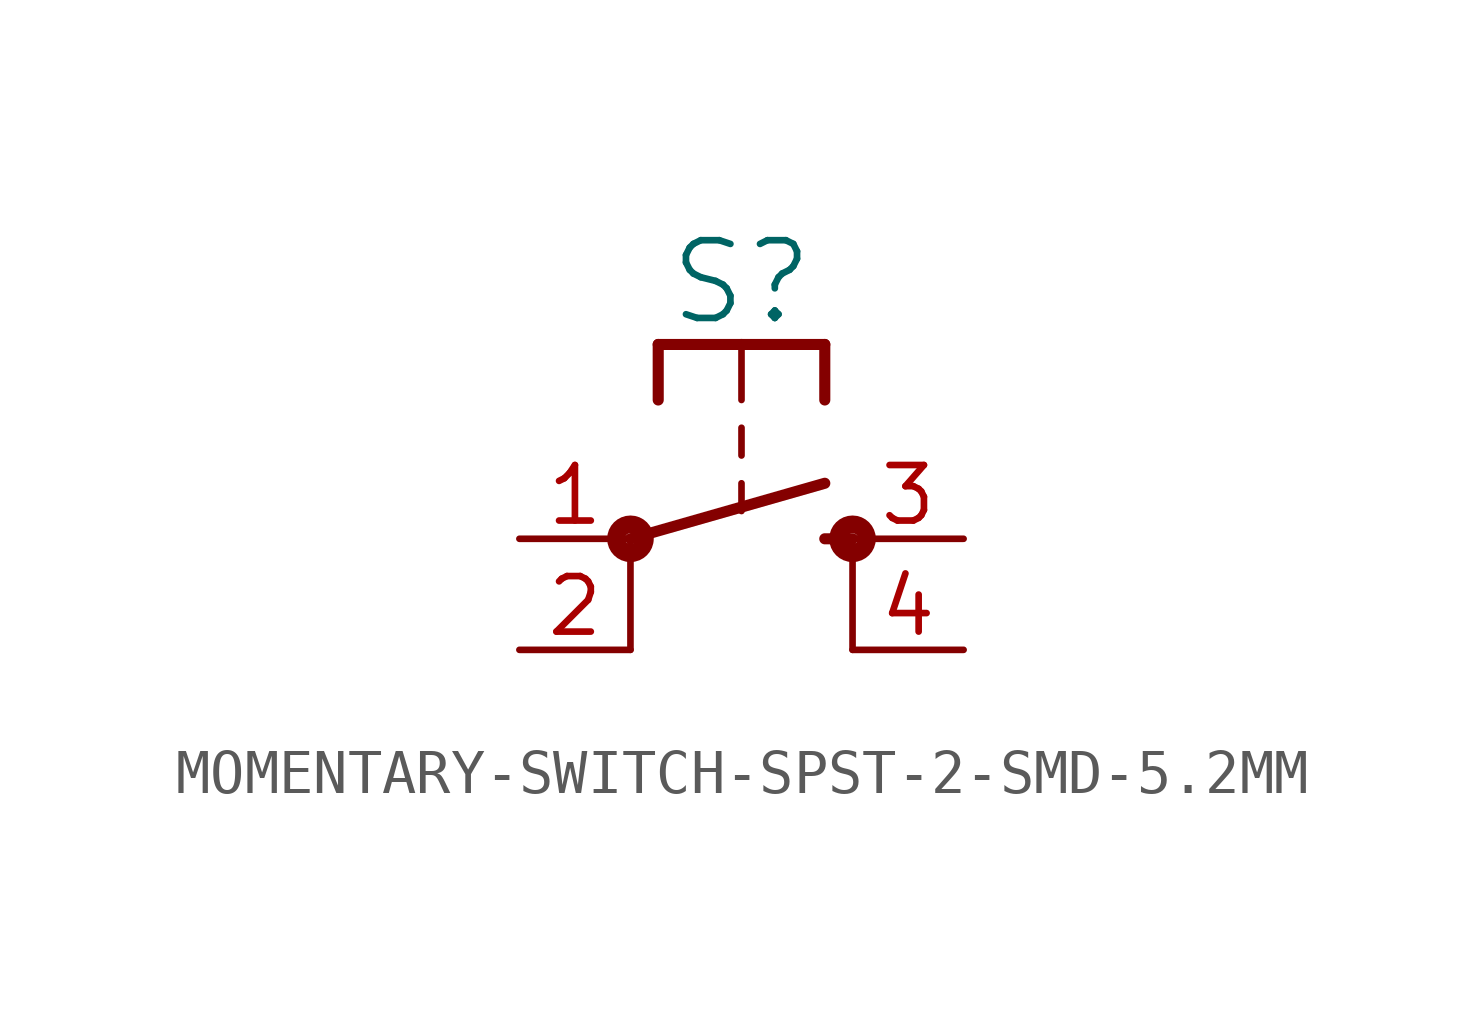
<source format=kicad_sym>
(kicad_symbol_lib
  (version 20231120)
  (generator "kicad_symbol_editor")
  (generator_version "8.0")
  (symbol "MOMENTARY-SWITCH-SPST-2-SMD-5.2MM"
    (property "Reference" "S"
      (at 0 4.826 0)
      (effects (font (size 1.778 1.778)) (justify bottom)))
    (property "Value" ""
      (at 0 -2.794 0)
      (effects (font (size 1.778 1.778)) (justify top)))
    (property "ki_locked" ""
      (at 0 0 0)
      (effects (font (size 1.27 1.27))))
    (symbol "MOMENTARY-SWITCH-SPST-2-SMD-5.2MM_1_0"
      (circle (center -2.54 0) (radius 0.127) (stroke (width 0.406) (type solid)) (fill (type none)))
      (polyline (pts (xy -2.54 -2.54) (xy -2.54 0)) (stroke (width 0.152) (type solid)) (fill (type none)))
      (polyline (pts (xy -2.54 0) (xy 1.905 1.27)) (stroke (width 0.254) (type solid)) (fill (type none)))
      (polyline (pts (xy -1.905 4.445) (xy -1.905 3.175)) (stroke (width 0.254) (type solid)) (fill (type none)))
      (polyline (pts (xy 0 1.27) (xy 0 0.635)) (stroke (width 0.152) (type solid)) (fill (type none)))
      (polyline (pts (xy 0 2.54) (xy 0 1.905)) (stroke (width 0.152) (type solid)) (fill (type none)))
      (polyline (pts (xy 0 4.445) (xy -1.905 4.445)) (stroke (width 0.254) (type solid)) (fill (type none)))
      (polyline (pts (xy 0 4.445) (xy 0 3.175)) (stroke (width 0.152) (type solid)) (fill (type none)))
      (polyline (pts (xy 1.905 0) (xy 2.54 0)) (stroke (width 0.254) (type solid)) (fill (type none)))
      (polyline (pts (xy 1.905 4.445) (xy 0 4.445)) (stroke (width 0.254) (type solid)) (fill (type none)))
      (polyline (pts (xy 1.905 4.445) (xy 1.905 3.175)) (stroke (width 0.254) (type solid)) (fill (type none)))
      (polyline (pts (xy 2.54 -2.54) (xy 2.54 0)) (stroke (width 0.152) (type solid)) (fill (type none)))
      (circle (center 2.54 0) (radius 0.127) (stroke (width 0.406) (type solid)) (fill (type none)))
      (pin passive line (at -5.08 0 0) (length 2.54) (name "1" (effects (font (size 0 0)))) (number "1" (effects (font (size 1.27 1.27)))))
      (pin passive line (at -5.08 -2.54 0) (length 2.54) (name "2" (effects (font (size 0 0)))) (number "2" (effects (font (size 1.27 1.27)))))
      (pin passive line (at 5.08 0 180) (length 2.54) (name "3" (effects (font (size 0 0)))) (number "3" (effects (font (size 1.27 1.27)))))
      (pin passive line (at 5.08 -2.54 180) (length 2.54) (name "4" (effects (font (size 0 0)))) (number "4" (effects (font (size 1.27 1.27))))))))
</source>
